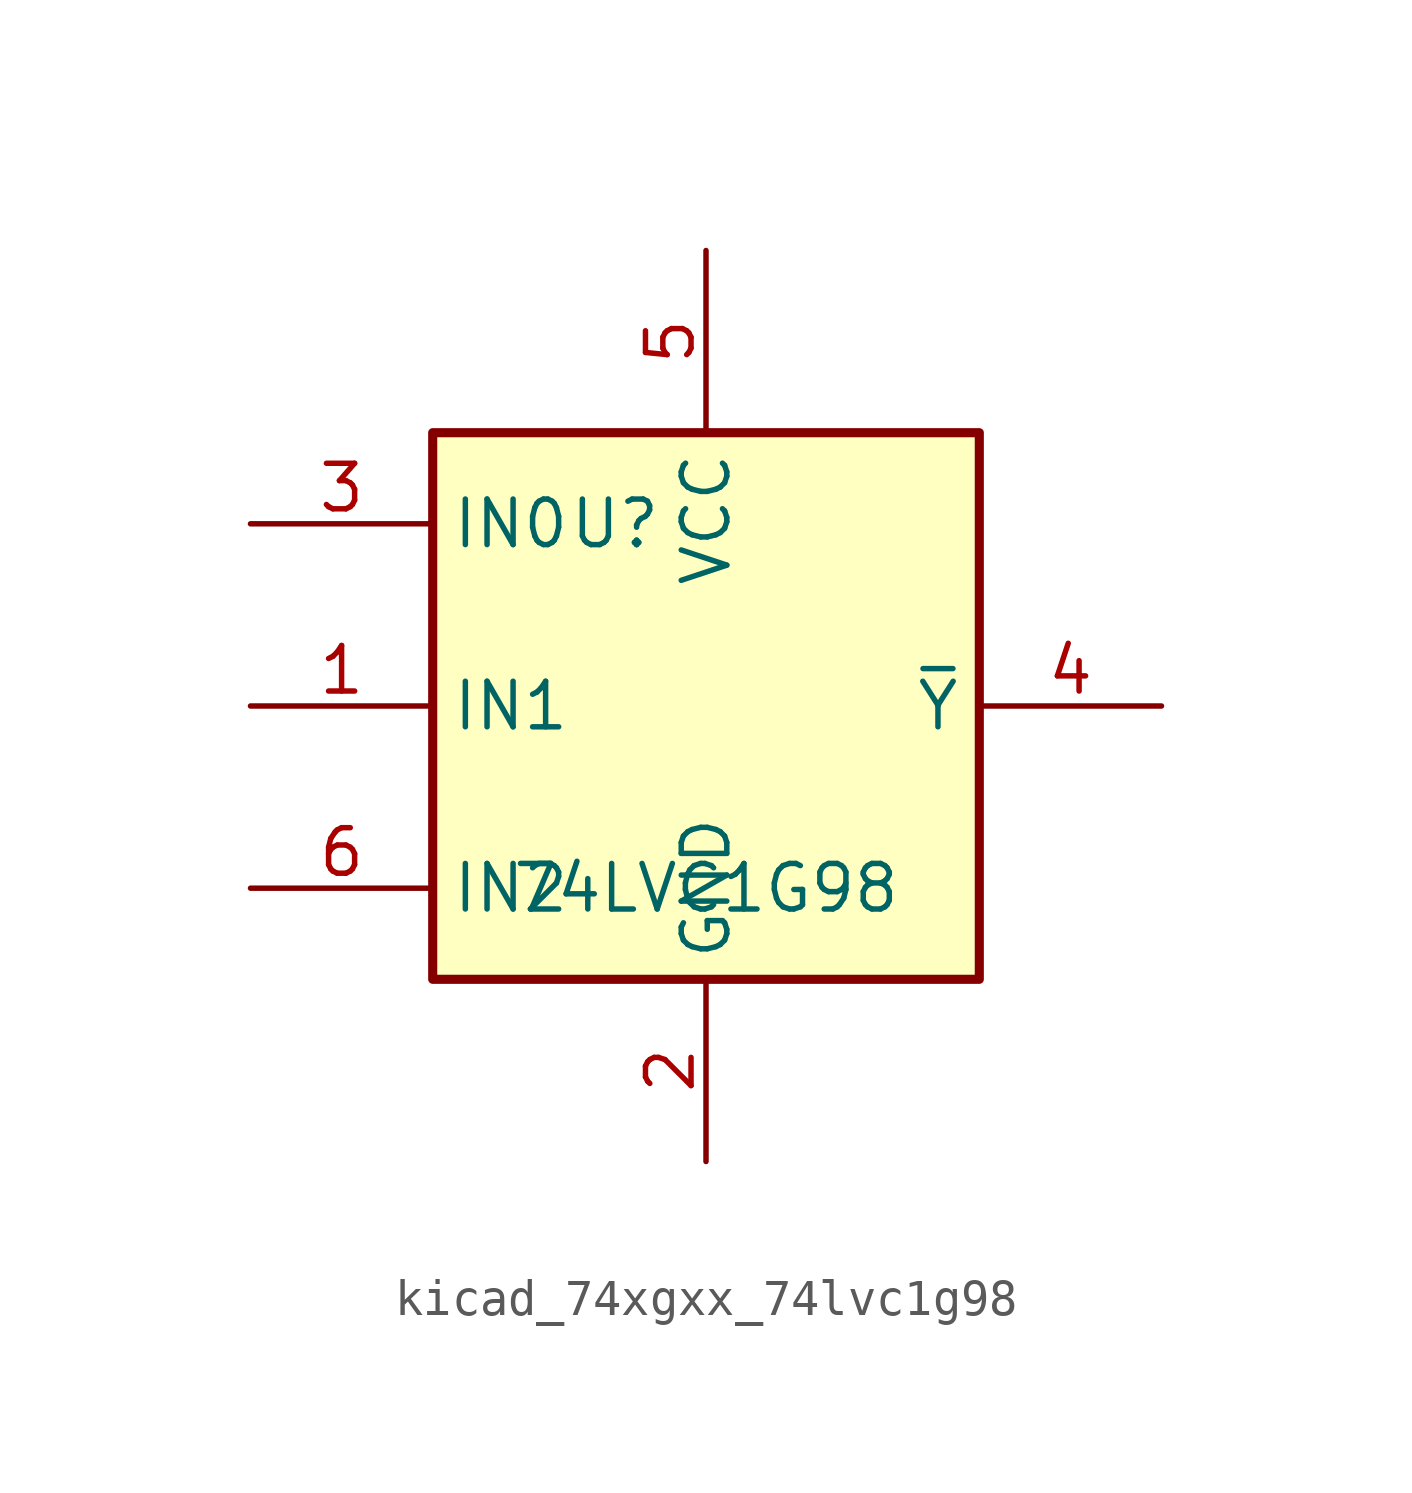
<source format=kicad_sym>
(kicad_symbol_lib
  (version 20220914)
  (generator kicad_symbol_editor)
  (symbol "kicad_74xgxx_74lvc1g98"
    (property "Reference" "U"
      (at -2.54 5.08 0)
      (effects (font (size 1.27 1.27))))
    (property "Value" "74LVC1G98"
      (at 0 -5.08 0)
      (effects (font (size 1.27 1.27))))
    (symbol "kicad_74xgxx_74lvc1g98_0_1"
      (rectangle (start -7.62 7.62) (end 7.62 -7.62) (stroke (width 0.254) (type default)) (fill (type background))))
    (symbol "kicad_74xgxx_74lvc1g98_1_1"
      (pin input line (at -12.7 0 0) (length 5.08) (name "IN1" (effects (font (size 1.27 1.27)))) (number "1" (effects (font (size 1.27 1.27)))))
      (pin power_in line (at 0 -12.7 90) (length 5.08) (name "GND" (effects (font (size 1.27 1.27)))) (number "2" (effects (font (size 1.27 1.27)))))
      (pin input line (at -12.7 5.08 0) (length 5.08) (name "IN0" (effects (font (size 1.27 1.27)))) (number "3" (effects (font (size 1.27 1.27)))))
      (pin output line (at 12.7 0 180) (length 5.08) (name "~{Y}" (effects (font (size 1.27 1.27)))) (number "4" (effects (font (size 1.27 1.27)))))
      (pin power_in line (at 0 12.7 270) (length 5.08) (name "VCC" (effects (font (size 1.27 1.27)))) (number "5" (effects (font (size 1.27 1.27)))))
      (pin input line (at -12.7 -5.08 0) (length 5.08) (name "IN2" (effects (font (size 1.27 1.27)))) (number "6" (effects (font (size 1.27 1.27))))))))
</source>
